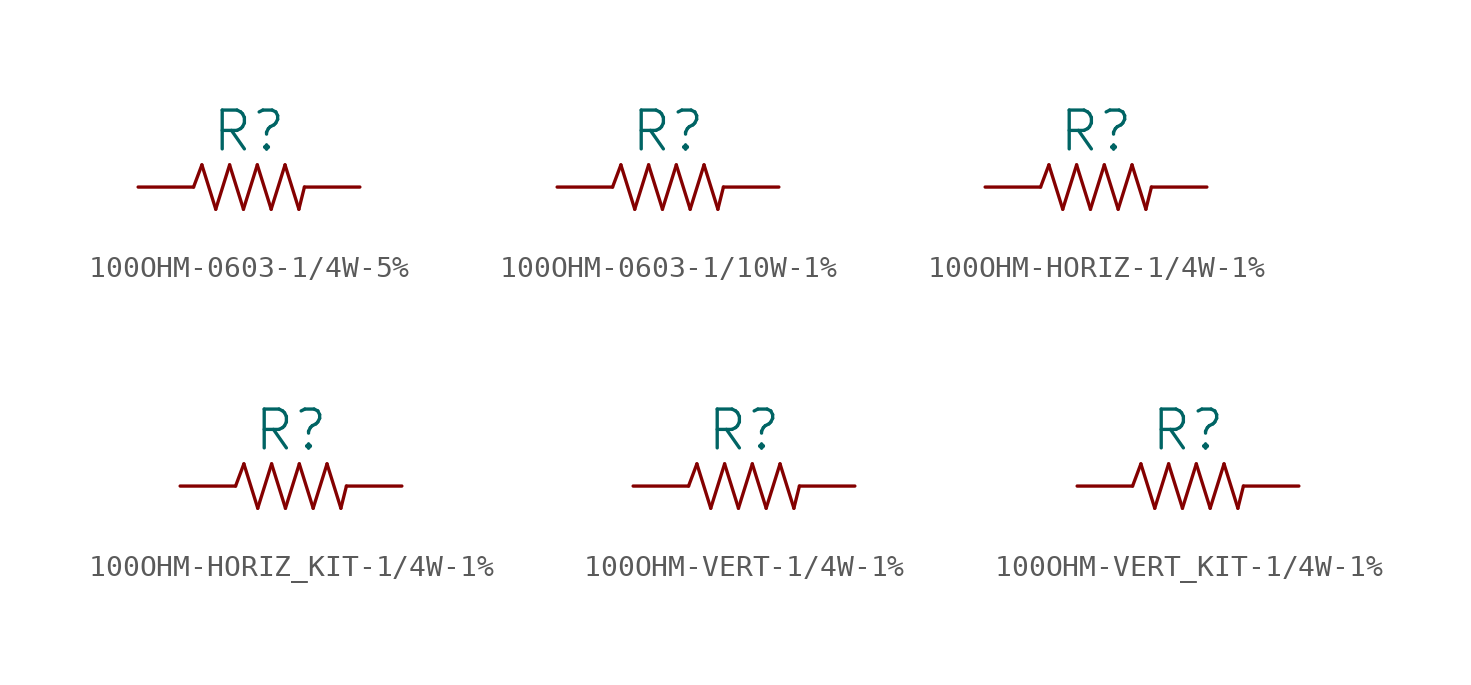
<source format=kicad_sym>
(kicad_symbol_lib
  (version 20220914)
  (generator kicad_symbol_editor)
  (symbol "100OHM-0603-1/4W-5%"
    (property "Reference" "R"
      (at 0 1.524 0)
      (effects (font (size 1.778 1.778)) (justify bottom)))
    (property "Value" ""
      (at 0 -1.524 0)
      (effects (font (size 1.778 1.778)) (justify top)))
    (property "ki_locked" ""
      (at 0 0 0)
      (effects (font (size 1.27 1.27))))
    (symbol "100OHM-0603-1/4W-5%_1_0"
      (polyline (pts (xy -2.54 0) (xy -2.159 1.016)) (stroke (width 0.152) (type solid)) (fill (type none)))
      (polyline (pts (xy -2.159 1.016) (xy -1.524 -1.016)) (stroke (width 0.152) (type solid)) (fill (type none)))
      (polyline (pts (xy -1.524 -1.016) (xy -0.889 1.016)) (stroke (width 0.152) (type solid)) (fill (type none)))
      (polyline (pts (xy -0.889 1.016) (xy -0.254 -1.016)) (stroke (width 0.152) (type solid)) (fill (type none)))
      (polyline (pts (xy -0.254 -1.016) (xy 0.381 1.016)) (stroke (width 0.152) (type solid)) (fill (type none)))
      (polyline (pts (xy 0.381 1.016) (xy 1.016 -1.016)) (stroke (width 0.152) (type solid)) (fill (type none)))
      (polyline (pts (xy 1.016 -1.016) (xy 1.651 1.016)) (stroke (width 0.152) (type solid)) (fill (type none)))
      (polyline (pts (xy 1.651 1.016) (xy 2.286 -1.016)) (stroke (width 0.152) (type solid)) (fill (type none)))
      (polyline (pts (xy 2.286 -1.016) (xy 2.54 0)) (stroke (width 0.152) (type solid)) (fill (type none)))
      (pin passive line (at -5.08 0 0) (length 2.54) (name "1" (effects (font (size 0 0)))) (number "1" (effects (font (size 0 0)))))
      (pin passive line (at 5.08 0 180) (length 2.54) (name "2" (effects (font (size 0 0)))) (number "2" (effects (font (size 0 0)))))))
  (symbol "100OHM-0603-1/10W-1%"
    (property "Reference" "R"
      (at 0 1.524 0)
      (effects (font (size 1.778 1.778)) (justify bottom)))
    (property "Value" ""
      (at 0 -1.524 0)
      (effects (font (size 1.778 1.778)) (justify top)))
    (property "ki_locked" ""
      (at 0 0 0)
      (effects (font (size 1.27 1.27))))
    (symbol "100OHM-0603-1/10W-1%_1_0"
      (polyline (pts (xy -2.54 0) (xy -2.159 1.016)) (stroke (width 0.152) (type solid)) (fill (type none)))
      (polyline (pts (xy -2.159 1.016) (xy -1.524 -1.016)) (stroke (width 0.152) (type solid)) (fill (type none)))
      (polyline (pts (xy -1.524 -1.016) (xy -0.889 1.016)) (stroke (width 0.152) (type solid)) (fill (type none)))
      (polyline (pts (xy -0.889 1.016) (xy -0.254 -1.016)) (stroke (width 0.152) (type solid)) (fill (type none)))
      (polyline (pts (xy -0.254 -1.016) (xy 0.381 1.016)) (stroke (width 0.152) (type solid)) (fill (type none)))
      (polyline (pts (xy 0.381 1.016) (xy 1.016 -1.016)) (stroke (width 0.152) (type solid)) (fill (type none)))
      (polyline (pts (xy 1.016 -1.016) (xy 1.651 1.016)) (stroke (width 0.152) (type solid)) (fill (type none)))
      (polyline (pts (xy 1.651 1.016) (xy 2.286 -1.016)) (stroke (width 0.152) (type solid)) (fill (type none)))
      (polyline (pts (xy 2.286 -1.016) (xy 2.54 0)) (stroke (width 0.152) (type solid)) (fill (type none)))
      (pin passive line (at -5.08 0 0) (length 2.54) (name "1" (effects (font (size 0 0)))) (number "1" (effects (font (size 0 0)))))
      (pin passive line (at 5.08 0 180) (length 2.54) (name "2" (effects (font (size 0 0)))) (number "2" (effects (font (size 0 0)))))))
  (symbol "100OHM-HORIZ-1/4W-1%"
    (property "Reference" "R"
      (at 0 1.524 0)
      (effects (font (size 1.778 1.778)) (justify bottom)))
    (property "Value" ""
      (at 0 -1.524 0)
      (effects (font (size 1.778 1.778)) (justify top)))
    (property "ki_locked" ""
      (at 0 0 0)
      (effects (font (size 1.27 1.27))))
    (symbol "100OHM-HORIZ-1/4W-1%_1_0"
      (polyline (pts (xy -2.54 0) (xy -2.159 1.016)) (stroke (width 0.152) (type solid)) (fill (type none)))
      (polyline (pts (xy -2.159 1.016) (xy -1.524 -1.016)) (stroke (width 0.152) (type solid)) (fill (type none)))
      (polyline (pts (xy -1.524 -1.016) (xy -0.889 1.016)) (stroke (width 0.152) (type solid)) (fill (type none)))
      (polyline (pts (xy -0.889 1.016) (xy -0.254 -1.016)) (stroke (width 0.152) (type solid)) (fill (type none)))
      (polyline (pts (xy -0.254 -1.016) (xy 0.381 1.016)) (stroke (width 0.152) (type solid)) (fill (type none)))
      (polyline (pts (xy 0.381 1.016) (xy 1.016 -1.016)) (stroke (width 0.152) (type solid)) (fill (type none)))
      (polyline (pts (xy 1.016 -1.016) (xy 1.651 1.016)) (stroke (width 0.152) (type solid)) (fill (type none)))
      (polyline (pts (xy 1.651 1.016) (xy 2.286 -1.016)) (stroke (width 0.152) (type solid)) (fill (type none)))
      (polyline (pts (xy 2.286 -1.016) (xy 2.54 0)) (stroke (width 0.152) (type solid)) (fill (type none)))
      (pin passive line (at -5.08 0 0) (length 2.54) (name "1" (effects (font (size 0 0)))) (number "P$1" (effects (font (size 0 0)))))
      (pin passive line (at 5.08 0 180) (length 2.54) (name "2" (effects (font (size 0 0)))) (number "P$2" (effects (font (size 0 0)))))))
  (symbol "100OHM-HORIZ_KIT-1/4W-1%"
    (property "Reference" "R"
      (at 0 1.524 0)
      (effects (font (size 1.778 1.778)) (justify bottom)))
    (property "Value" ""
      (at 0 -1.524 0)
      (effects (font (size 1.778 1.778)) (justify top)))
    (property "ki_locked" ""
      (at 0 0 0)
      (effects (font (size 1.27 1.27))))
    (symbol "100OHM-HORIZ_KIT-1/4W-1%_1_0"
      (polyline (pts (xy -2.54 0) (xy -2.159 1.016)) (stroke (width 0.152) (type solid)) (fill (type none)))
      (polyline (pts (xy -2.159 1.016) (xy -1.524 -1.016)) (stroke (width 0.152) (type solid)) (fill (type none)))
      (polyline (pts (xy -1.524 -1.016) (xy -0.889 1.016)) (stroke (width 0.152) (type solid)) (fill (type none)))
      (polyline (pts (xy -0.889 1.016) (xy -0.254 -1.016)) (stroke (width 0.152) (type solid)) (fill (type none)))
      (polyline (pts (xy -0.254 -1.016) (xy 0.381 1.016)) (stroke (width 0.152) (type solid)) (fill (type none)))
      (polyline (pts (xy 0.381 1.016) (xy 1.016 -1.016)) (stroke (width 0.152) (type solid)) (fill (type none)))
      (polyline (pts (xy 1.016 -1.016) (xy 1.651 1.016)) (stroke (width 0.152) (type solid)) (fill (type none)))
      (polyline (pts (xy 1.651 1.016) (xy 2.286 -1.016)) (stroke (width 0.152) (type solid)) (fill (type none)))
      (polyline (pts (xy 2.286 -1.016) (xy 2.54 0)) (stroke (width 0.152) (type solid)) (fill (type none)))
      (pin passive line (at -5.08 0 0) (length 2.54) (name "1" (effects (font (size 0 0)))) (number "P$1" (effects (font (size 0 0)))))
      (pin passive line (at 5.08 0 180) (length 2.54) (name "2" (effects (font (size 0 0)))) (number "P$2" (effects (font (size 0 0)))))))
  (symbol "100OHM-VERT-1/4W-1%"
    (property "Reference" "R"
      (at 0 1.524 0)
      (effects (font (size 1.778 1.778)) (justify bottom)))
    (property "Value" ""
      (at 0 -1.524 0)
      (effects (font (size 1.778 1.778)) (justify top)))
    (property "ki_locked" ""
      (at 0 0 0)
      (effects (font (size 1.27 1.27))))
    (symbol "100OHM-VERT-1/4W-1%_1_0"
      (polyline (pts (xy -2.54 0) (xy -2.159 1.016)) (stroke (width 0.152) (type solid)) (fill (type none)))
      (polyline (pts (xy -2.159 1.016) (xy -1.524 -1.016)) (stroke (width 0.152) (type solid)) (fill (type none)))
      (polyline (pts (xy -1.524 -1.016) (xy -0.889 1.016)) (stroke (width 0.152) (type solid)) (fill (type none)))
      (polyline (pts (xy -0.889 1.016) (xy -0.254 -1.016)) (stroke (width 0.152) (type solid)) (fill (type none)))
      (polyline (pts (xy -0.254 -1.016) (xy 0.381 1.016)) (stroke (width 0.152) (type solid)) (fill (type none)))
      (polyline (pts (xy 0.381 1.016) (xy 1.016 -1.016)) (stroke (width 0.152) (type solid)) (fill (type none)))
      (polyline (pts (xy 1.016 -1.016) (xy 1.651 1.016)) (stroke (width 0.152) (type solid)) (fill (type none)))
      (polyline (pts (xy 1.651 1.016) (xy 2.286 -1.016)) (stroke (width 0.152) (type solid)) (fill (type none)))
      (polyline (pts (xy 2.286 -1.016) (xy 2.54 0)) (stroke (width 0.152) (type solid)) (fill (type none)))
      (pin passive line (at -5.08 0 0) (length 2.54) (name "1" (effects (font (size 0 0)))) (number "P$1" (effects (font (size 0 0)))))
      (pin passive line (at 5.08 0 180) (length 2.54) (name "2" (effects (font (size 0 0)))) (number "P$2" (effects (font (size 0 0)))))))
  (symbol "100OHM-VERT_KIT-1/4W-1%"
    (property "Reference" "R"
      (at 0 1.524 0)
      (effects (font (size 1.778 1.778)) (justify bottom)))
    (property "Value" ""
      (at 0 -1.524 0)
      (effects (font (size 1.778 1.778)) (justify top)))
    (property "ki_locked" ""
      (at 0 0 0)
      (effects (font (size 1.27 1.27))))
    (symbol "100OHM-VERT_KIT-1/4W-1%_1_0"
      (polyline (pts (xy -2.54 0) (xy -2.159 1.016)) (stroke (width 0.152) (type solid)) (fill (type none)))
      (polyline (pts (xy -2.159 1.016) (xy -1.524 -1.016)) (stroke (width 0.152) (type solid)) (fill (type none)))
      (polyline (pts (xy -1.524 -1.016) (xy -0.889 1.016)) (stroke (width 0.152) (type solid)) (fill (type none)))
      (polyline (pts (xy -0.889 1.016) (xy -0.254 -1.016)) (stroke (width 0.152) (type solid)) (fill (type none)))
      (polyline (pts (xy -0.254 -1.016) (xy 0.381 1.016)) (stroke (width 0.152) (type solid)) (fill (type none)))
      (polyline (pts (xy 0.381 1.016) (xy 1.016 -1.016)) (stroke (width 0.152) (type solid)) (fill (type none)))
      (polyline (pts (xy 1.016 -1.016) (xy 1.651 1.016)) (stroke (width 0.152) (type solid)) (fill (type none)))
      (polyline (pts (xy 1.651 1.016) (xy 2.286 -1.016)) (stroke (width 0.152) (type solid)) (fill (type none)))
      (polyline (pts (xy 2.286 -1.016) (xy 2.54 0)) (stroke (width 0.152) (type solid)) (fill (type none)))
      (pin passive line (at -5.08 0 0) (length 2.54) (name "1" (effects (font (size 0 0)))) (number "P$1" (effects (font (size 0 0)))))
      (pin passive line (at 5.08 0 180) (length 2.54) (name "2" (effects (font (size 0 0)))) (number "P$2" (effects (font (size 0 0))))))))
</source>
